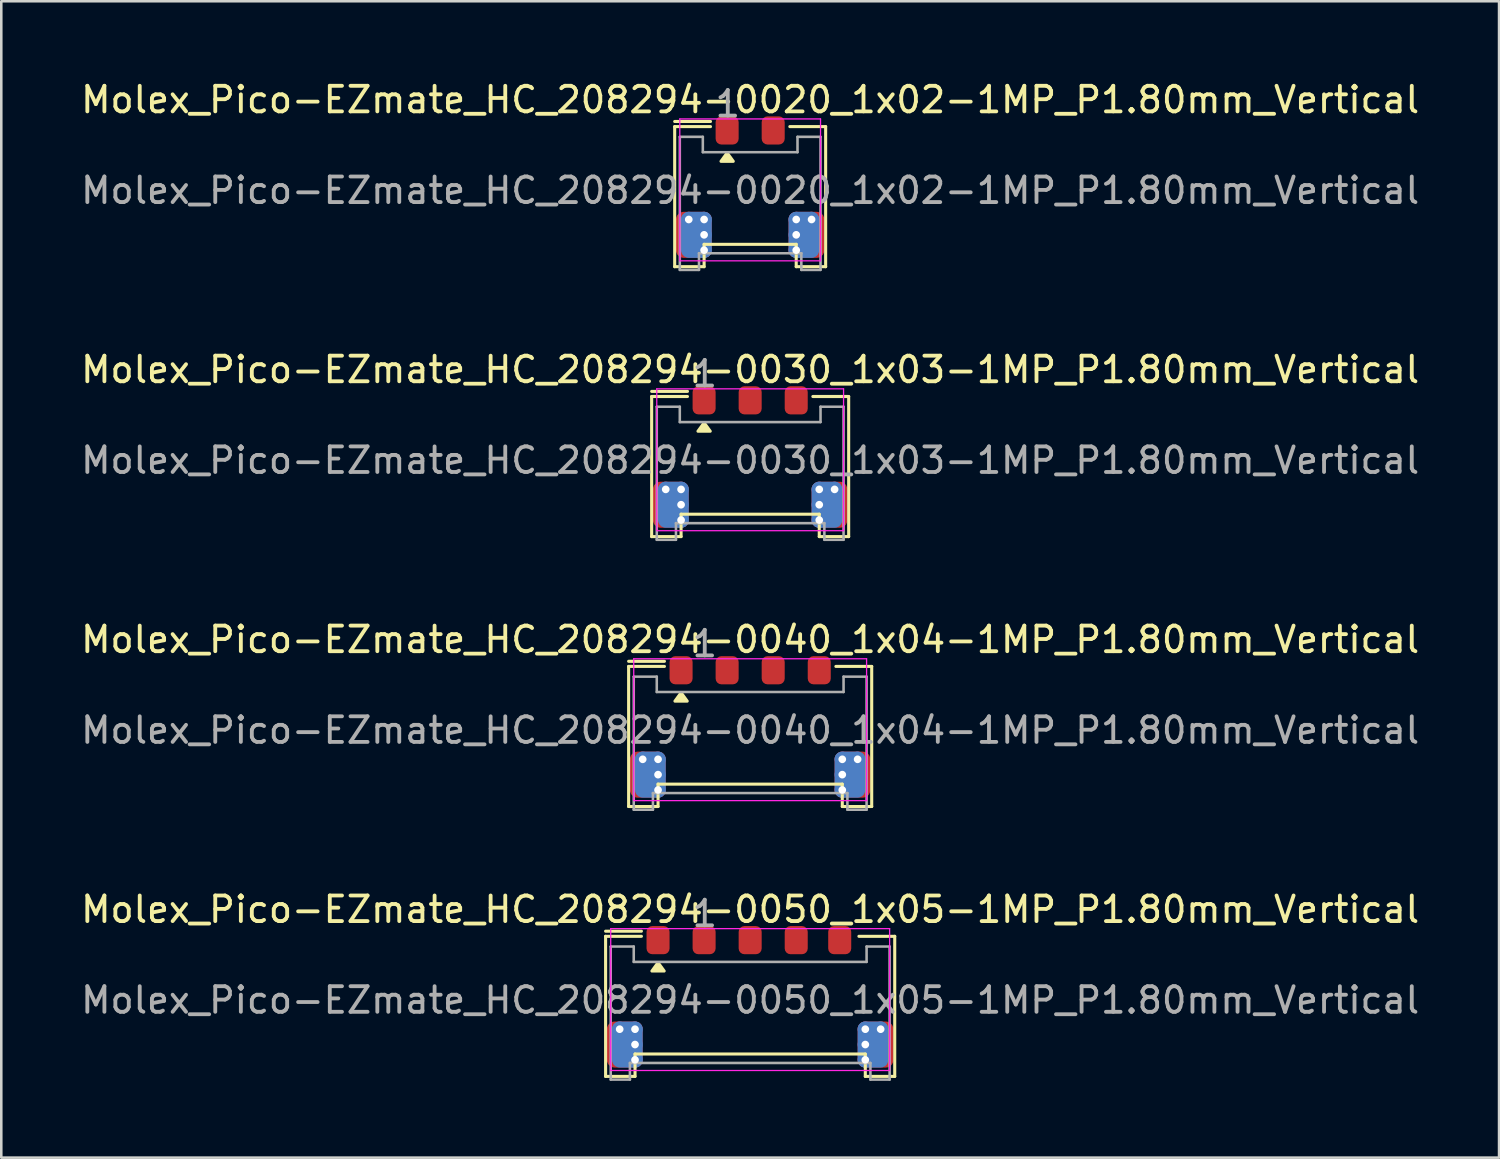
<source format=kicad_pcb>
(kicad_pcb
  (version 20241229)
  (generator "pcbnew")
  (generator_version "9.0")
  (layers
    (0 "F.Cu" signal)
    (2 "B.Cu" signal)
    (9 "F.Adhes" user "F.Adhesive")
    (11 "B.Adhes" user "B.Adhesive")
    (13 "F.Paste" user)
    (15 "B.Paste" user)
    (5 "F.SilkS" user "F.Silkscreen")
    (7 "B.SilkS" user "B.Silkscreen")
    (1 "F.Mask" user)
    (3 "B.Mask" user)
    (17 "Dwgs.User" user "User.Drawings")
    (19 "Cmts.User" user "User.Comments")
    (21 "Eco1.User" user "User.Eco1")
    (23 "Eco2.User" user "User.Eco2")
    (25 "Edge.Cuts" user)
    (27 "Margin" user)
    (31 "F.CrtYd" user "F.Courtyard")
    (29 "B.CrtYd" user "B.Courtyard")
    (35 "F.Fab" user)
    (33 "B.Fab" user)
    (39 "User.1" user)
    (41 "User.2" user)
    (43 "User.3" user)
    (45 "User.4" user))
  (footprint "Molex_Pico-EZmate_HC_208294-0040_1x04-1MP_P1.80mm_Vertical"
    (layer "F.Cu")
    (at 26.268 25.22)
    (property "Reference" "Molex_Pico-EZmate_HC_208294-0040_1x04-1MP_P1.80mm_Vertical" (at 0 -3.275 0) (layer "F.SilkS") (effects (font (size 1 1) (thickness 0.15))))
    (attr smd)
    (fp_line (start -4.75 -2.425) (end -3.35 -2.425) (stroke (width 0.12) (type solid)) (layer "F.SilkS"))
    (fp_line (start -4.75 -2.225) (end -3.35 -2.225) (stroke (width 0.12) (type solid)) (layer "F.SilkS"))
    (fp_line (start -4.75 3.25) (end -4.75 -2.225) (stroke (width 0.12) (type solid)) (layer "F.SilkS"))
    (fp_line (start -4.75 3.25) (end -3.6 3.25) (stroke (width 0.12) (type default)) (layer "F.SilkS"))
    (fp_line (start -3.6 2.375) (end 3.6 2.375) (stroke (width 0.12) (type default)) (layer "F.SilkS"))
    (fp_line (start -3.6 3.25) (end -3.6 2.375) (stroke (width 0.12) (type default)) (layer "F.SilkS"))
    (fp_line (start 3.6 2.375) (end 3.6 3.25) (stroke (width 0.12) (type default)) (layer "F.SilkS"))
    (fp_line (start 3.6 3.25) (end 4.75 3.25) (stroke (width 0.12) (type default)) (layer "F.SilkS"))
    (fp_line (start 4.75 -2.225) (end 3.35 -2.225) (stroke (width 0.12) (type default)) (layer "F.SilkS"))
    (fp_line (start 4.75 3.25) (end 4.75 -2.225) (stroke (width 0.12) (type default)) (layer "F.SilkS"))
    (fp_poly (pts (xy -2.7 -1.198) (xy -2.46 -0.868) (xy -2.94 -0.868) (xy -2.7 -1.198)) (stroke (width 0.12) (type solid)) (fill yes) (layer "F.SilkS"))
    (fp_line (start -4.55 -2.525) (end -4.55 3.02) (stroke (width 0.05) (type solid)) (layer "F.CrtYd"))
    (fp_line (start -4.55 3.02) (end 4.55 3.02) (stroke (width 0.05) (type solid)) (layer "F.CrtYd"))
    (fp_line (start 4.55 -2.525) (end -4.55 -2.525) (stroke (width 0.05) (type solid)) (layer "F.CrtYd"))
    (fp_line (start 4.55 3.02) (end 4.55 -2.525) (stroke (width 0.05) (type solid)) (layer "F.CrtYd"))
    (fp_line (start -4.55 -1.825) (end -4.55 3.375) (stroke (width 0.1) (type default)) (layer "F.Fab"))
    (fp_line (start -4.55 -1.825) (end -3.65 -1.825) (stroke (width 0.1) (type default)) (layer "F.Fab"))
    (fp_line (start -4.55 3.375) (end -3.8 3.375) (stroke (width 0.1) (type default)) (layer "F.Fab"))
    (fp_line (start -3.8 3.375) (end -3.8 2.725) (stroke (width 0.1) (type default)) (layer "F.Fab"))
    (fp_line (start -3.65 -1.825) (end -3.65 -1.225) (stroke (width 0.1) (type default)) (layer "F.Fab"))
    (fp_line (start -3.65 -1.225) (end 3.65 -1.225) (stroke (width 0.1) (type default)) (layer "F.Fab"))
    (fp_line (start 3.65 -1.825) (end 4.55 -1.825) (stroke (width 0.1) (type default)) (layer "F.Fab"))
    (fp_line (start 3.65 -1.225) (end 3.65 -1.825) (stroke (width 0.1) (type default)) (layer "F.Fab"))
    (fp_line (start 3.8 2.725) (end -3.8 2.725) (stroke (width 0.1) (type default)) (layer "F.Fab"))
    (fp_line (start 3.8 3.375) (end 3.8 2.725) (stroke (width 0.1) (type default)) (layer "F.Fab"))
    (fp_line (start 4.55 -1.825) (end 4.55 3.375) (stroke (width 0.1) (type default)) (layer "F.Fab"))
    (fp_line (start 4.55 3.375) (end 3.8 3.375) (stroke (width 0.1) (type default)) (layer "F.Fab"))
    (fp_text user "1" (at -2.35 -2.525 0) (unlocked yes) (layer "F.Fab") (effects (font (size 1 1) (thickness 0.15)) (justify left bottom)))
    (fp_text user "${REFERENCE}" (at 0 0.27 0) (layer "F.Fab") (effects (font (size 1 1) (thickness 0.15))))
    (pad "1" smd roundrect (at -2.7 -2.075) (size 0.9 1.1) (layers "F.Cu" "F.Mask" "F.Paste") (roundrect_rratio 0.25))
    (pad "2" smd roundrect (at -0.9 -2.075) (size 0.9 1.1) (layers "F.Cu" "F.Mask" "F.Paste") (roundrect_rratio 0.25))
    (pad "3" smd roundrect (at 0.9 -2.075) (size 0.9 1.1) (layers "F.Cu" "F.Mask" "F.Paste") (roundrect_rratio 0.25))
    (pad "4" smd roundrect (at 2.7 -2.075) (size 0.9 1.1) (layers "F.Cu" "F.Mask" "F.Paste") (roundrect_rratio 0.25))
    (pad "MP" smd roundrect (at -4.265 2.225) (size 0.7 1.2) (layers "F.Cu" "F.Mask" "F.Paste") (roundrect_rratio 0.25))
    (pad "MP" thru_hole circle (at -4.2 1.405) (size 0.6 0.6) (drill 0.3) (property pad_prop_heatsink) (layers "*.Cu"))
    (pad "MP" smd roundrect (at -4 2.005) (size 1.4 1.8) (layers "F.Cu") (roundrect_rratio 0.214))
    (pad "MP" smd roundrect (at -3.9 2.005) (size 1.2 1.8) (layers "B.Cu") (roundrect_rratio 0.25))
    (pad "MP" thru_hole circle (at -3.6 1.405) (size 0.6 0.6) (drill 0.3) (property pad_prop_heatsink) (layers "*.Cu"))
    (pad "MP" thru_hole circle (at -3.6 2.005) (size 0.6 0.6) (drill 0.3) (property pad_prop_heatsink) (layers "*.Cu"))
    (pad "MP" thru_hole circle (at -3.6 2.605) (size 0.6 0.6) (drill 0.3) (property pad_prop_heatsink) (layers "*.Cu"))
    (pad "MP" thru_hole circle (at 3.6 1.405) (size 0.6 0.6) (drill 0.3) (property pad_prop_heatsink) (layers "*.Cu"))
    (pad "MP" thru_hole circle (at 3.6 2.005) (size 0.6 0.6) (drill 0.3) (property pad_prop_heatsink) (layers "*.Cu"))
    (pad "MP" thru_hole circle (at 3.6 2.605) (size 0.6 0.6) (drill 0.3) (property pad_prop_heatsink) (layers "*.Cu"))
    (pad "MP" smd roundrect (at 3.9 2.005) (size 1.2 1.8) (layers "B.Cu") (roundrect_rratio 0.25))
    (pad "MP" smd roundrect (at 4 2.005) (size 1.4 1.8) (layers "F.Cu") (roundrect_rratio 0.214))
    (pad "MP" thru_hole circle (at 4.2 1.405) (size 0.6 0.6) (drill 0.3) (property pad_prop_heatsink) (layers "*.Cu"))
    (pad "MP" smd roundrect (at 4.265 2.225) (size 0.7 1.2) (layers "F.Cu" "F.Mask" "F.Paste") (roundrect_rratio 0.25)))
  (footprint "Molex_Pico-EZmate_HC_208294-0020_1x02-1MP_P1.80mm_Vertical"
    (layer "F.Cu")
    (at 26.268 4.123)
    (property "Reference" "Molex_Pico-EZmate_HC_208294-0020_1x02-1MP_P1.80mm_Vertical" (at 0 -3.275 0) (layer "F.SilkS") (effects (font (size 1 1) (thickness 0.15))))
    (attr smd)
    (fp_line (start -2.95 -2.425) (end -1.55 -2.425) (stroke (width 0.12) (type solid)) (layer "F.SilkS"))
    (fp_line (start -2.95 -2.225) (end -1.55 -2.225) (stroke (width 0.12) (type solid)) (layer "F.SilkS"))
    (fp_line (start -2.95 3.25) (end -2.95 -2.225) (stroke (width 0.12) (type solid)) (layer "F.SilkS"))
    (fp_line (start -2.95 3.25) (end -1.8 3.25) (stroke (width 0.12) (type default)) (layer "F.SilkS"))
    (fp_line (start -1.8 2.375) (end 1.8 2.375) (stroke (width 0.12) (type default)) (layer "F.SilkS"))
    (fp_line (start -1.8 3.25) (end -1.8 2.375) (stroke (width 0.12) (type default)) (layer "F.SilkS"))
    (fp_line (start 1.8 2.375) (end 1.8 3.25) (stroke (width 0.12) (type default)) (layer "F.SilkS"))
    (fp_line (start 1.8 3.25) (end 2.95 3.25) (stroke (width 0.12) (type default)) (layer "F.SilkS"))
    (fp_line (start 2.95 -2.225) (end 1.55 -2.225) (stroke (width 0.12) (type default)) (layer "F.SilkS"))
    (fp_line (start 2.95 3.25) (end 2.95 -2.225) (stroke (width 0.12) (type default)) (layer "F.SilkS"))
    (fp_poly (pts (xy -0.9 -1.198) (xy -0.66 -0.868) (xy -1.14 -0.868) (xy -0.9 -1.198)) (stroke (width 0.12) (type solid)) (fill yes) (layer "F.SilkS"))
    (fp_line (start -2.75 -2.525) (end -2.75 3.02) (stroke (width 0.05) (type solid)) (layer "F.CrtYd"))
    (fp_line (start -2.75 3.02) (end 2.75 3.02) (stroke (width 0.05) (type solid)) (layer "F.CrtYd"))
    (fp_line (start 2.75 -2.525) (end -2.75 -2.525) (stroke (width 0.05) (type solid)) (layer "F.CrtYd"))
    (fp_line (start 2.75 3.02) (end 2.75 -2.525) (stroke (width 0.05) (type solid)) (layer "F.CrtYd"))
    (fp_line (start -2.75 -1.825) (end -2.75 3.375) (stroke (width 0.1) (type default)) (layer "F.Fab"))
    (fp_line (start -2.75 -1.825) (end -1.85 -1.825) (stroke (width 0.1) (type default)) (layer "F.Fab"))
    (fp_line (start -2.75 3.375) (end -2 3.375) (stroke (width 0.1) (type default)) (layer "F.Fab"))
    (fp_line (start -2 3.375) (end -2 2.725) (stroke (width 0.1) (type default)) (layer "F.Fab"))
    (fp_line (start -1.85 -1.825) (end -1.85 -1.225) (stroke (width 0.1) (type default)) (layer "F.Fab"))
    (fp_line (start -1.85 -1.225) (end 1.85 -1.225) (stroke (width 0.1) (type default)) (layer "F.Fab"))
    (fp_line (start 1.85 -1.825) (end 2.75 -1.825) (stroke (width 0.1) (type default)) (layer "F.Fab"))
    (fp_line (start 1.85 -1.225) (end 1.85 -1.825) (stroke (width 0.1) (type default)) (layer "F.Fab"))
    (fp_line (start 2 2.725) (end -2 2.725) (stroke (width 0.1) (type default)) (layer "F.Fab"))
    (fp_line (start 2 3.375) (end 2 2.725) (stroke (width 0.1) (type default)) (layer "F.Fab"))
    (fp_line (start 2.75 -1.825) (end 2.75 3.375) (stroke (width 0.1) (type default)) (layer "F.Fab"))
    (fp_line (start 2.75 3.375) (end 2 3.375) (stroke (width 0.1) (type default)) (layer "F.Fab"))
    (fp_text user "${REFERENCE}" (at 0 0.27 0) (layer "F.Fab") (effects (font (size 1 1) (thickness 0.15))))
    (fp_text user "1" (at -1.45 -2.525 0) (unlocked yes) (layer "F.Fab") (effects (font (size 1 1) (thickness 0.15)) (justify left bottom)))
    (pad "1" smd roundrect (at -0.9 -2.075) (size 0.9 1.1) (layers "F.Cu" "F.Mask" "F.Paste") (roundrect_rratio 0.25))
    (pad "2" smd roundrect (at 0.9 -2.075) (size 0.9 1.1) (layers "F.Cu" "F.Mask" "F.Paste") (roundrect_rratio 0.25))
    (pad "MP" smd roundrect (at -2.465 2.225) (size 0.7 1.2) (layers "F.Cu" "F.Mask" "F.Paste") (roundrect_rratio 0.25))
    (pad "MP" thru_hole circle (at -2.4 1.405) (size 0.6 0.6) (drill 0.3) (property pad_prop_heatsink) (layers "*.Cu"))
    (pad "MP" smd roundrect (at -2.2 2.005) (size 1.4 1.8) (layers "F.Cu") (roundrect_rratio 0.214))
    (pad "MP" smd roundrect (at -2.1 2.005) (size 1.2 1.8) (layers "B.Cu") (roundrect_rratio 0.25))
    (pad "MP" thru_hole circle (at -1.8 1.405) (size 0.6 0.6) (drill 0.3) (property pad_prop_heatsink) (layers "*.Cu"))
    (pad "MP" thru_hole circle (at -1.8 2.005) (size 0.6 0.6) (drill 0.3) (property pad_prop_heatsink) (layers "*.Cu"))
    (pad "MP" thru_hole circle (at -1.8 2.605) (size 0.6 0.6) (drill 0.3) (property pad_prop_heatsink) (layers "*.Cu"))
    (pad "MP" thru_hole circle (at 1.8 1.405) (size 0.6 0.6) (drill 0.3) (property pad_prop_heatsink) (layers "*.Cu"))
    (pad "MP" thru_hole circle (at 1.8 2.005) (size 0.6 0.6) (drill 0.3) (property pad_prop_heatsink) (layers "*.Cu"))
    (pad "MP" thru_hole circle (at 1.8 2.605) (size 0.6 0.6) (drill 0.3) (property pad_prop_heatsink) (layers "*.Cu"))
    (pad "MP" smd roundrect (at 2.1 2.005) (size 1.2 1.8) (layers "B.Cu") (roundrect_rratio 0.25))
    (pad "MP" smd roundrect (at 2.2 2.005) (size 1.4 1.8) (layers "F.Cu") (roundrect_rratio 0.214))
    (pad "MP" thru_hole circle (at 2.4 1.405) (size 0.6 0.6) (drill 0.3) (property pad_prop_heatsink) (layers "*.Cu"))
    (pad "MP" smd roundrect (at 2.465 2.225) (size 0.7 1.2) (layers "F.Cu" "F.Mask" "F.Paste") (roundrect_rratio 0.25)))
  (footprint "Molex_Pico-EZmate_HC_208294-0050_1x05-1MP_P1.80mm_Vertical"
    (layer "F.Cu")
    (at 26.268 35.768)
    (property "Reference" "Molex_Pico-EZmate_HC_208294-0050_1x05-1MP_P1.80mm_Vertical" (at 0 -3.275 0) (layer "F.SilkS") (effects (font (size 1 1) (thickness 0.15))))
    (attr smd)
    (fp_line (start -5.65 -2.425) (end -4.25 -2.425) (stroke (width 0.12) (type solid)) (layer "F.SilkS"))
    (fp_line (start -5.65 -2.225) (end -4.25 -2.225) (stroke (width 0.12) (type solid)) (layer "F.SilkS"))
    (fp_line (start -5.65 3.25) (end -5.65 -2.225) (stroke (width 0.12) (type solid)) (layer "F.SilkS"))
    (fp_line (start -5.65 3.25) (end -4.5 3.25) (stroke (width 0.12) (type default)) (layer "F.SilkS"))
    (fp_line (start -4.5 2.375) (end 4.5 2.375) (stroke (width 0.12) (type default)) (layer "F.SilkS"))
    (fp_line (start -4.5 3.25) (end -4.5 2.375) (stroke (width 0.12) (type default)) (layer "F.SilkS"))
    (fp_line (start 4.5 2.375) (end 4.5 3.25) (stroke (width 0.12) (type default)) (layer "F.SilkS"))
    (fp_line (start 4.5 3.25) (end 5.65 3.25) (stroke (width 0.12) (type default)) (layer "F.SilkS"))
    (fp_line (start 5.65 -2.225) (end 4.25 -2.225) (stroke (width 0.12) (type default)) (layer "F.SilkS"))
    (fp_line (start 5.65 3.25) (end 5.65 -2.225) (stroke (width 0.12) (type default)) (layer "F.SilkS"))
    (fp_poly (pts (xy -3.6 -1.198) (xy -3.36 -0.868) (xy -3.84 -0.868) (xy -3.6 -1.198)) (stroke (width 0.12) (type solid)) (fill yes) (layer "F.SilkS"))
    (fp_line (start -5.45 -2.525) (end -5.45 3.02) (stroke (width 0.05) (type solid)) (layer "F.CrtYd"))
    (fp_line (start -5.45 3.02) (end 5.45 3.02) (stroke (width 0.05) (type solid)) (layer "F.CrtYd"))
    (fp_line (start 5.45 -2.525) (end -5.45 -2.525) (stroke (width 0.05) (type solid)) (layer "F.CrtYd"))
    (fp_line (start 5.45 3.02) (end 5.45 -2.525) (stroke (width 0.05) (type solid)) (layer "F.CrtYd"))
    (fp_line (start -5.45 -1.825) (end -5.45 3.375) (stroke (width 0.1) (type default)) (layer "F.Fab"))
    (fp_line (start -5.45 -1.825) (end -4.55 -1.825) (stroke (width 0.1) (type default)) (layer "F.Fab"))
    (fp_line (start -5.45 3.375) (end -4.7 3.375) (stroke (width 0.1) (type default)) (layer "F.Fab"))
    (fp_line (start -4.7 3.375) (end -4.7 2.725) (stroke (width 0.1) (type default)) (layer "F.Fab"))
    (fp_line (start -4.55 -1.825) (end -4.55 -1.225) (stroke (width 0.1) (type default)) (layer "F.Fab"))
    (fp_line (start -4.55 -1.225) (end 4.55 -1.225) (stroke (width 0.1) (type default)) (layer "F.Fab"))
    (fp_line (start 4.55 -1.825) (end 5.45 -1.825) (stroke (width 0.1) (type default)) (layer "F.Fab"))
    (fp_line (start 4.55 -1.225) (end 4.55 -1.825) (stroke (width 0.1) (type default)) (layer "F.Fab"))
    (fp_line (start 4.7 2.725) (end -4.7 2.725) (stroke (width 0.1) (type default)) (layer "F.Fab"))
    (fp_line (start 4.7 3.375) (end 4.7 2.725) (stroke (width 0.1) (type default)) (layer "F.Fab"))
    (fp_line (start 5.45 -1.825) (end 5.45 3.375) (stroke (width 0.1) (type default)) (layer "F.Fab"))
    (fp_line (start 5.45 3.375) (end 4.7 3.375) (stroke (width 0.1) (type default)) (layer "F.Fab"))
    (fp_text user "1" (at -2.35 -2.525 0) (unlocked yes) (layer "F.Fab") (effects (font (size 1 1) (thickness 0.15)) (justify left bottom)))
    (fp_text user "${REFERENCE}" (at 0 0.27 0) (layer "F.Fab") (effects (font (size 1 1) (thickness 0.15))))
    (pad "1" smd roundrect (at -3.6 -2.075) (size 0.9 1.1) (layers "F.Cu" "F.Mask" "F.Paste") (roundrect_rratio 0.25))
    (pad "2" smd roundrect (at -1.8 -2.075) (size 0.9 1.1) (layers "F.Cu" "F.Mask" "F.Paste") (roundrect_rratio 0.25))
    (pad "3" smd roundrect (at 0 -2.075) (size 0.9 1.1) (layers "F.Cu" "F.Mask" "F.Paste") (roundrect_rratio 0.25))
    (pad "4" smd roundrect (at 1.8 -2.075) (size 0.9 1.1) (layers "F.Cu" "F.Mask" "F.Paste") (roundrect_rratio 0.25))
    (pad "5" smd roundrect (at 3.5 -2.075) (size 0.9 1.1) (layers "F.Cu" "F.Mask" "F.Paste") (roundrect_rratio 0.25))
    (pad "MP" smd roundrect (at -5.165 2.225) (size 0.7 1.2) (layers "F.Cu" "F.Mask" "F.Paste") (roundrect_rratio 0.25))
    (pad "MP" thru_hole circle (at -5.1 1.405) (size 0.6 0.6) (drill 0.3) (property pad_prop_heatsink) (layers "*.Cu"))
    (pad "MP" smd roundrect (at -4.9 2.005) (size 1.4 1.8) (layers "F.Cu") (roundrect_rratio 0.214))
    (pad "MP" smd roundrect (at -4.8 2.005) (size 1.2 1.8) (layers "B.Cu") (roundrect_rratio 0.25))
    (pad "MP" thru_hole circle (at -4.5 1.405) (size 0.6 0.6) (drill 0.3) (property pad_prop_heatsink) (layers "*.Cu"))
    (pad "MP" thru_hole circle (at -4.5 2.005) (size 0.6 0.6) (drill 0.3) (property pad_prop_heatsink) (layers "*.Cu"))
    (pad "MP" thru_hole circle (at -4.5 2.605) (size 0.6 0.6) (drill 0.3) (property pad_prop_heatsink) (layers "*.Cu"))
    (pad "MP" thru_hole circle (at 4.5 1.405) (size 0.6 0.6) (drill 0.3) (property pad_prop_heatsink) (layers "*.Cu"))
    (pad "MP" thru_hole circle (at 4.5 2.005) (size 0.6 0.6) (drill 0.3) (property pad_prop_heatsink) (layers "*.Cu"))
    (pad "MP" thru_hole circle (at 4.5 2.605) (size 0.6 0.6) (drill 0.3) (property pad_prop_heatsink) (layers "*.Cu"))
    (pad "MP" smd roundrect (at 4.8 2.005) (size 1.2 1.8) (layers "B.Cu") (roundrect_rratio 0.25))
    (pad "MP" smd roundrect (at 4.9 2.005) (size 1.4 1.8) (layers "F.Cu") (roundrect_rratio 0.214))
    (pad "MP" thru_hole circle (at 5.1 1.405) (size 0.6 0.6) (drill 0.3) (property pad_prop_heatsink) (layers "*.Cu"))
    (pad "MP" smd roundrect (at 5.165 2.225) (size 0.7 1.2) (layers "F.Cu" "F.Mask" "F.Paste") (roundrect_rratio 0.25)))
  (footprint "Molex_Pico-EZmate_HC_208294-0030_1x03-1MP_P1.80mm_Vertical"
    (layer "F.Cu")
    (at 26.268 14.671)
    (property "Reference" "Molex_Pico-EZmate_HC_208294-0030_1x03-1MP_P1.80mm_Vertical" (at 0 -3.275 0) (layer "F.SilkS") (effects (font (size 1 1) (thickness 0.15))))
    (attr smd)
    (fp_line (start -3.85 -2.425) (end -2.45 -2.425) (stroke (width 0.12) (type solid)) (layer "F.SilkS"))
    (fp_line (start -3.85 -2.225) (end -2.45 -2.225) (stroke (width 0.12) (type solid)) (layer "F.SilkS"))
    (fp_line (start -3.85 3.25) (end -3.85 -2.225) (stroke (width 0.12) (type solid)) (layer "F.SilkS"))
    (fp_line (start -3.85 3.25) (end -2.7 3.25) (stroke (width 0.12) (type default)) (layer "F.SilkS"))
    (fp_line (start -2.7 2.375) (end 2.7 2.375) (stroke (width 0.12) (type default)) (layer "F.SilkS"))
    (fp_line (start -2.7 3.25) (end -2.7 2.375) (stroke (width 0.12) (type default)) (layer "F.SilkS"))
    (fp_line (start 2.7 2.375) (end 2.7 3.25) (stroke (width 0.12) (type default)) (layer "F.SilkS"))
    (fp_line (start 2.7 3.25) (end 3.85 3.25) (stroke (width 0.12) (type default)) (layer "F.SilkS"))
    (fp_line (start 3.85 -2.225) (end 2.45 -2.225) (stroke (width 0.12) (type default)) (layer "F.SilkS"))
    (fp_line (start 3.85 3.25) (end 3.85 -2.225) (stroke (width 0.12) (type default)) (layer "F.SilkS"))
    (fp_poly (pts (xy -1.8 -1.198) (xy -1.56 -0.868) (xy -2.04 -0.868) (xy -1.8 -1.198)) (stroke (width 0.12) (type solid)) (fill yes) (layer "F.SilkS"))
    (fp_line (start -3.65 -2.525) (end -3.65 3.02) (stroke (width 0.05) (type solid)) (layer "F.CrtYd"))
    (fp_line (start -3.65 3.02) (end 3.65 3.02) (stroke (width 0.05) (type solid)) (layer "F.CrtYd"))
    (fp_line (start 3.65 -2.525) (end -3.65 -2.525) (stroke (width 0.05) (type solid)) (layer "F.CrtYd"))
    (fp_line (start 3.65 3.02) (end 3.65 -2.525) (stroke (width 0.05) (type solid)) (layer "F.CrtYd"))
    (fp_line (start -3.65 -1.825) (end -3.65 3.375) (stroke (width 0.1) (type default)) (layer "F.Fab"))
    (fp_line (start -3.65 -1.825) (end -2.75 -1.825) (stroke (width 0.1) (type default)) (layer "F.Fab"))
    (fp_line (start -3.65 3.375) (end -2.9 3.375) (stroke (width 0.1) (type default)) (layer "F.Fab"))
    (fp_line (start -2.9 3.375) (end -2.9 2.725) (stroke (width 0.1) (type default)) (layer "F.Fab"))
    (fp_line (start -2.75 -1.825) (end -2.75 -1.225) (stroke (width 0.1) (type default)) (layer "F.Fab"))
    (fp_line (start -2.75 -1.225) (end 2.75 -1.225) (stroke (width 0.1) (type default)) (layer "F.Fab"))
    (fp_line (start 2.75 -1.825) (end 3.65 -1.825) (stroke (width 0.1) (type default)) (layer "F.Fab"))
    (fp_line (start 2.75 -1.225) (end 2.75 -1.825) (stroke (width 0.1) (type default)) (layer "F.Fab"))
    (fp_line (start 2.9 2.725) (end -2.9 2.725) (stroke (width 0.1) (type default)) (layer "F.Fab"))
    (fp_line (start 2.9 3.375) (end 2.9 2.725) (stroke (width 0.1) (type default)) (layer "F.Fab"))
    (fp_line (start 3.65 -1.825) (end 3.65 3.375) (stroke (width 0.1) (type default)) (layer "F.Fab"))
    (fp_line (start 3.65 3.375) (end 2.9 3.375) (stroke (width 0.1) (type default)) (layer "F.Fab"))
    (fp_text user "1" (at -2.35 -2.525 0) (unlocked yes) (layer "F.Fab") (effects (font (size 1 1) (thickness 0.15)) (justify left bottom)))
    (fp_text user "${REFERENCE}" (at 0 0.27 0) (layer "F.Fab") (effects (font (size 1 1) (thickness 0.15))))
    (pad "1" smd roundrect (at -1.8 -2.075) (size 0.9 1.1) (layers "F.Cu" "F.Mask" "F.Paste") (roundrect_rratio 0.25))
    (pad "2" smd roundrect (at 0 -2.075) (size 0.9 1.1) (layers "F.Cu" "F.Mask" "F.Paste") (roundrect_rratio 0.25))
    (pad "3" smd roundrect (at 1.8 -2.075) (size 0.9 1.1) (layers "F.Cu" "F.Mask" "F.Paste") (roundrect_rratio 0.25))
    (pad "MP" smd roundrect (at -3.365 2.225) (size 0.7 1.2) (layers "F.Cu" "F.Mask" "F.Paste") (roundrect_rratio 0.25))
    (pad "MP" thru_hole circle (at -3.3 1.405) (size 0.6 0.6) (drill 0.3) (property pad_prop_heatsink) (layers "*.Cu"))
    (pad "MP" smd roundrect (at -3.1 2.005) (size 1.4 1.8) (layers "F.Cu") (roundrect_rratio 0.214))
    (pad "MP" smd roundrect (at -3 2.005) (size 1.2 1.8) (layers "B.Cu") (roundrect_rratio 0.25))
    (pad "MP" thru_hole circle (at -2.7 1.405) (size 0.6 0.6) (drill 0.3) (property pad_prop_heatsink) (layers "*.Cu"))
    (pad "MP" thru_hole circle (at -2.7 2.005) (size 0.6 0.6) (drill 0.3) (property pad_prop_heatsink) (layers "*.Cu"))
    (pad "MP" thru_hole circle (at -2.7 2.605) (size 0.6 0.6) (drill 0.3) (property pad_prop_heatsink) (layers "*.Cu"))
    (pad "MP" thru_hole circle (at 2.7 1.405) (size 0.6 0.6) (drill 0.3) (property pad_prop_heatsink) (layers "*.Cu"))
    (pad "MP" thru_hole circle (at 2.7 2.005) (size 0.6 0.6) (drill 0.3) (property pad_prop_heatsink) (layers "*.Cu"))
    (pad "MP" thru_hole circle (at 2.7 2.605) (size 0.6 0.6) (drill 0.3) (property pad_prop_heatsink) (layers "*.Cu"))
    (pad "MP" smd roundrect (at 3 2.005) (size 1.2 1.8) (layers "B.Cu") (roundrect_rratio 0.25))
    (pad "MP" smd roundrect (at 3.1 2.005) (size 1.4 1.8) (layers "F.Cu") (roundrect_rratio 0.214))
    (pad "MP" thru_hole circle (at 3.3 1.405) (size 0.6 0.6) (drill 0.3) (property pad_prop_heatsink) (layers "*.Cu"))
    (pad "MP" smd roundrect (at 3.365 2.225) (size 0.7 1.2) (layers "F.Cu" "F.Mask" "F.Paste") (roundrect_rratio 0.25)))
  (gr_rect
    (start -3 -3)
    (end 55.536 42.193)
    (stroke (width 0.1) (type default))
    (fill no)
    (layer "Edge.Cuts")))
</source>
